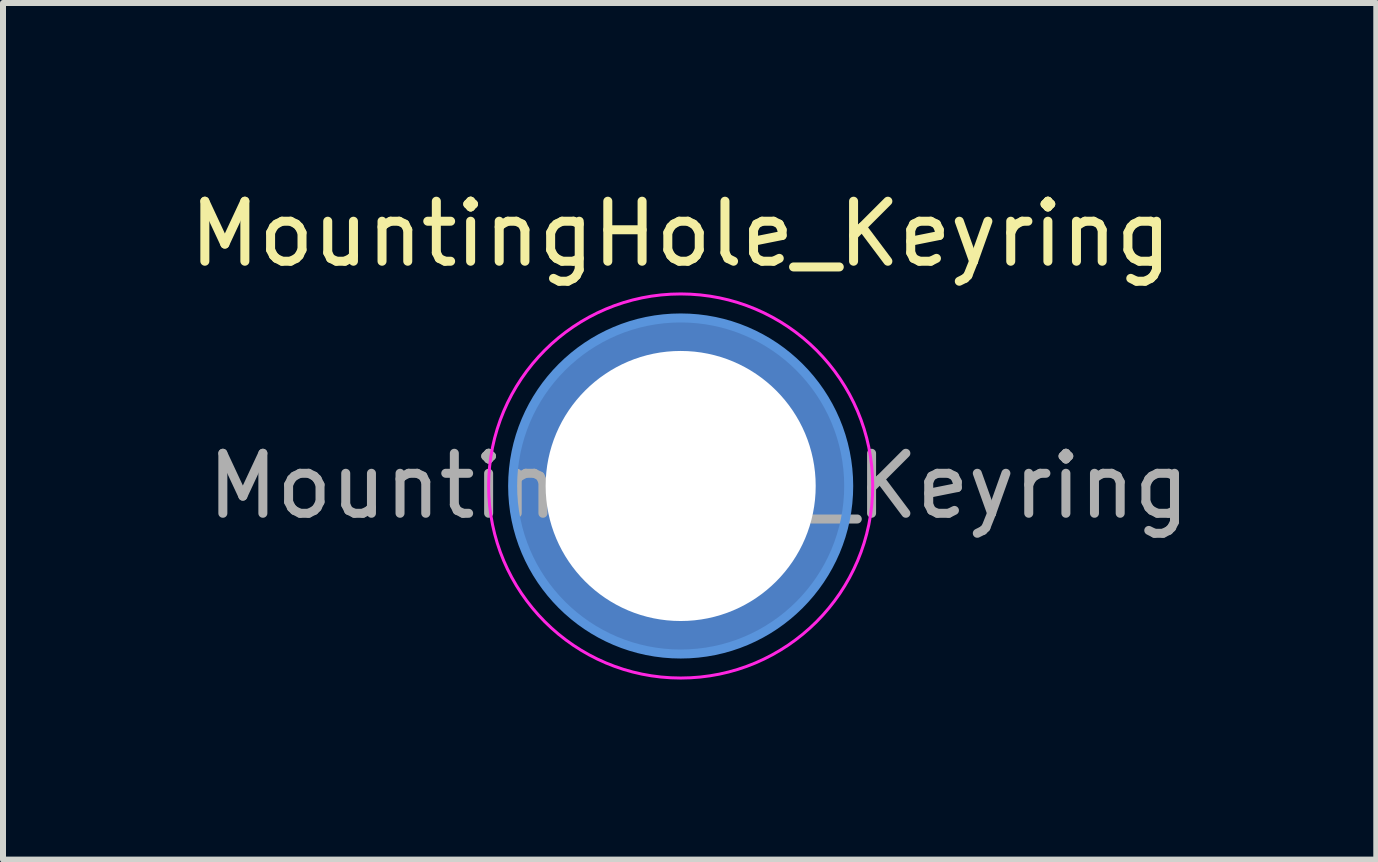
<source format=kicad_pcb>
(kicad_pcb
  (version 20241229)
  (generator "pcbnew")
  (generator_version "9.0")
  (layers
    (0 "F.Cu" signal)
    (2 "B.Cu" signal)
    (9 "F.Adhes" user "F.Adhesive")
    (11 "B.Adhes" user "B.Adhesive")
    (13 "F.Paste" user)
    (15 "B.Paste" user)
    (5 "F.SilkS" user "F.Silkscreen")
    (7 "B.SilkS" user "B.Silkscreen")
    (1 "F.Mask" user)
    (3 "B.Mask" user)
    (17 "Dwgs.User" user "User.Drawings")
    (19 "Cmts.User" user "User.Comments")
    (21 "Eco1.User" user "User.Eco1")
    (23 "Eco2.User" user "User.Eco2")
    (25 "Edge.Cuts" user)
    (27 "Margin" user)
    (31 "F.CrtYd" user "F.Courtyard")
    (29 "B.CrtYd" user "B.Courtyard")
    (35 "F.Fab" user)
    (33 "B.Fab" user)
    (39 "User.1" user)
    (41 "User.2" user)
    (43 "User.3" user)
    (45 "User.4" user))
  (footprint "MountingHole_Keyring"
    (layer "F.Cu")
    (at 8.292 5.048)
    (property "Reference" "MountingHole_Keyring" (at 0 -4.2 0) (layer "F.SilkS") (effects (font (size 1 1) (thickness 0.15))))
    (attr exclude_from_pos_files exclude_from_bom)
    (fp_circle (center 0 0) (end 2.8 0) (stroke (width 0.15) (type solid)) (fill no) (layer "Cmts.User"))
    (fp_circle (center 0 0) (end 3.2 0) (stroke (width 0.05) (type solid)) (fill no) (layer "F.CrtYd"))
    (fp_text user "${REFERENCE}" (at 0.3 0 0) (layer "F.Fab") (effects (font (size 1 1) (thickness 0.15))))
    (pad "1" thru_hole circle (at 0 0) (size 5.6 5.6) (drill 4.5) (layers "*.Cu" "*.Mask")))
  (gr_rect
    (start -3 -3)
    (end 19.883 11.273)
    (stroke (width 0.1) (type default))
    (fill no)
    (layer "Edge.Cuts")))
</source>
